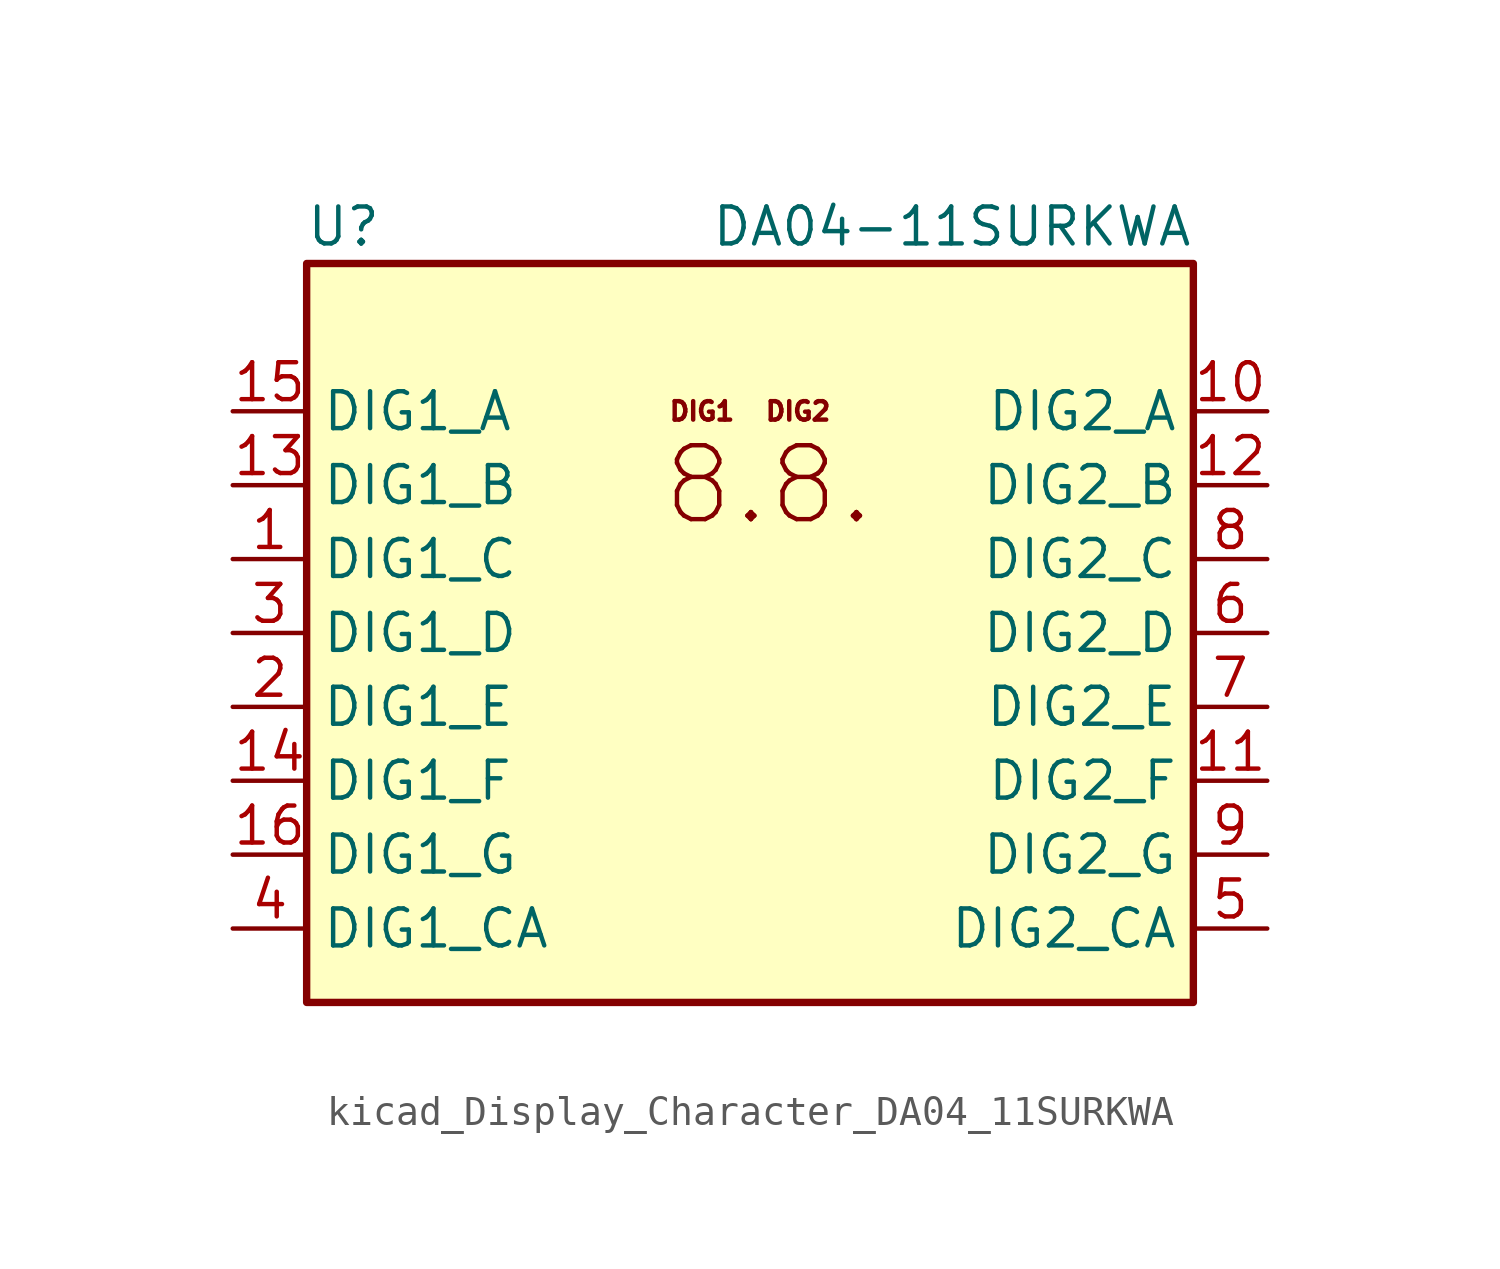
<source format=kicad_sym>
(kicad_symbol_lib
  (version 20220914)
  (generator kicad_symbol_editor)
  (symbol "kicad_Display_Character_DA04_11SURKWA"
    (property "Reference" "U"
      (at -13.97 13.97 0)
      (effects (font (size 1.27 1.27))))
    (property "Value" "DA04-11SURKWA"
      (at 15.24 13.97 0)
      (effects (font (size 1.27 1.27)) (justify right)))
    (symbol "kicad_Display_Character_DA04_11SURKWA_0_0"
      (text "8.8." (at 0.635 5.08 0) (effects (font (size 2.54 2.54))))
      (text "DIG1" (at -1.651 7.62 0) (effects (font (size 0.635 0.635))))
      (text "DIG2" (at 1.651 7.62 0) (effects (font (size 0.635 0.635)))))
    (symbol "kicad_Display_Character_DA04_11SURKWA_0_1"
      (rectangle (start -15.24 12.7) (end 15.24 -12.7) (stroke (width 0.254) (type default)) (fill (type background))))
    (symbol "kicad_Display_Character_DA04_11SURKWA_1_1"
      (pin input line (at -17.78 2.54 0) (length 2.54) (name "DIG1_C" (effects (font (size 1.27 1.27)))) (number "1" (effects (font (size 1.27 1.27)))))
      (pin input line (at 17.78 7.62 180) (length 2.54) (name "DIG2_A" (effects (font (size 1.27 1.27)))) (number "10" (effects (font (size 1.27 1.27)))))
      (pin input line (at 17.78 -5.08 180) (length 2.54) (name "DIG2_F" (effects (font (size 1.27 1.27)))) (number "11" (effects (font (size 1.27 1.27)))))
      (pin input line (at 17.78 5.08 180) (length 2.54) (name "DIG2_B" (effects (font (size 1.27 1.27)))) (number "12" (effects (font (size 1.27 1.27)))))
      (pin input line (at -17.78 5.08 0) (length 2.54) (name "DIG1_B" (effects (font (size 1.27 1.27)))) (number "13" (effects (font (size 1.27 1.27)))))
      (pin input line (at -17.78 -5.08 0) (length 2.54) (name "DIG1_F" (effects (font (size 1.27 1.27)))) (number "14" (effects (font (size 1.27 1.27)))))
      (pin input line (at -17.78 7.62 0) (length 2.54) (name "DIG1_A" (effects (font (size 1.27 1.27)))) (number "15" (effects (font (size 1.27 1.27)))))
      (pin input line (at -17.78 -7.62 0) (length 2.54) (name "DIG1_G" (effects (font (size 1.27 1.27)))) (number "16" (effects (font (size 1.27 1.27)))))
      (pin input line (at -17.78 -2.54 0) (length 2.54) (name "DIG1_E" (effects (font (size 1.27 1.27)))) (number "2" (effects (font (size 1.27 1.27)))))
      (pin input line (at -17.78 0 0) (length 2.54) (name "DIG1_D" (effects (font (size 1.27 1.27)))) (number "3" (effects (font (size 1.27 1.27)))))
      (pin input line (at -17.78 -10.16 0) (length 2.54) (name "DIG1_CA" (effects (font (size 1.27 1.27)))) (number "4" (effects (font (size 1.27 1.27)))))
      (pin input line (at 17.78 -10.16 180) (length 2.54) (name "DIG2_CA" (effects (font (size 1.27 1.27)))) (number "5" (effects (font (size 1.27 1.27)))))
      (pin input line (at 17.78 0 180) (length 2.54) (name "DIG2_D" (effects (font (size 1.27 1.27)))) (number "6" (effects (font (size 1.27 1.27)))))
      (pin input line (at 17.78 -2.54 180) (length 2.54) (name "DIG2_E" (effects (font (size 1.27 1.27)))) (number "7" (effects (font (size 1.27 1.27)))))
      (pin input line (at 17.78 2.54 180) (length 2.54) (name "DIG2_C" (effects (font (size 1.27 1.27)))) (number "8" (effects (font (size 1.27 1.27)))))
      (pin input line (at 17.78 -7.62 180) (length 2.54) (name "DIG2_G" (effects (font (size 1.27 1.27)))) (number "9" (effects (font (size 1.27 1.27))))))))
</source>
